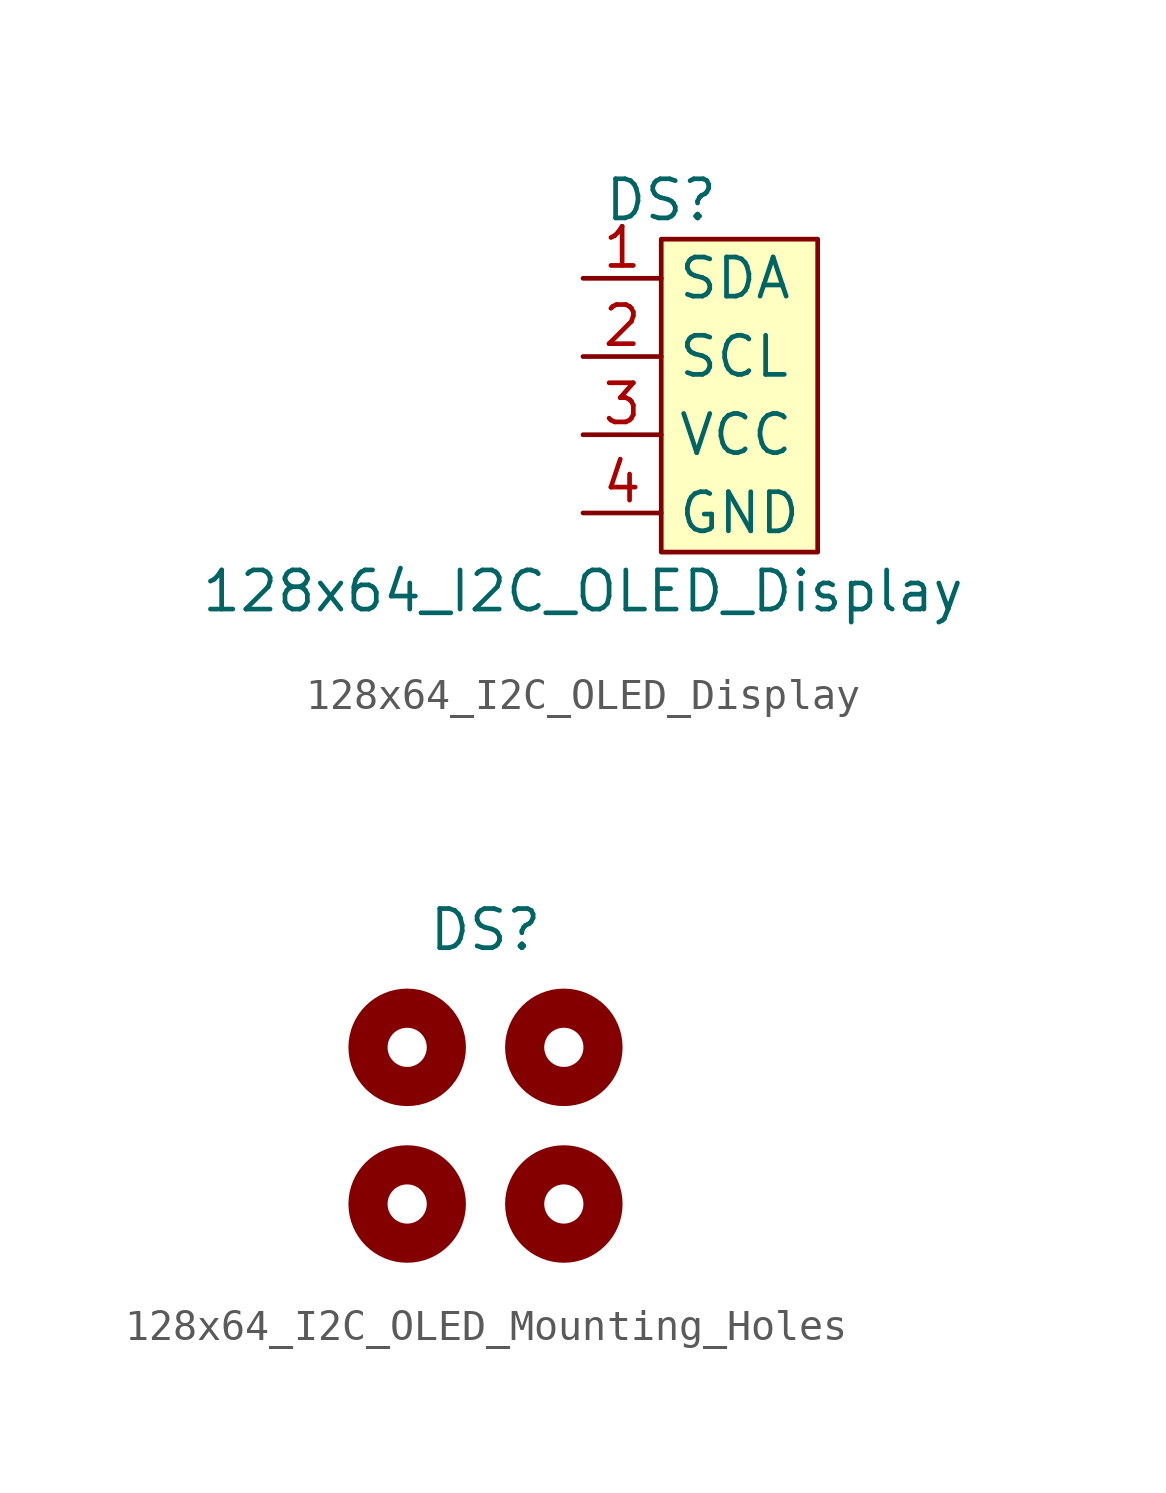
<source format=kicad_sym>
(kicad_symbol_lib
  (version 20211014)
  (generator kicad_symbol_editor)
  (symbol "128x64_I2C_OLED_Display"
    (property "Reference" "DS"
      (at 2.54 2.54 0)
      (effects (font (size 1.27 1.27))))
    (property "Value" "128x64_I2C_OLED_Display"
      (at 0 -10.16 0)
      (effects (font (size 1.27 1.27))))
    (symbol "128x64_I2C_OLED_Display_0_1"
      (rectangle (start 2.54 1.27) (end 7.62 -8.89) (stroke (width 0) (type default) (color 0 0 0 0)) (fill (type background))))
    (symbol "128x64_I2C_OLED_Display_1_1"
      (pin passive line (at 0 0 0) (length 2.54) (name "SDA" (effects (font (size 1.27 1.27)))) (number "1" (effects (font (size 1.27 1.27)))))
      (pin passive line (at 0 -2.54 0) (length 2.54) (name "SCL" (effects (font (size 1.27 1.27)))) (number "2" (effects (font (size 1.27 1.27)))))
      (pin passive line (at 0 -5.08 0) (length 2.54) (name "VCC" (effects (font (size 1.27 1.27)))) (number "3" (effects (font (size 1.27 1.27)))))
      (pin passive line (at 0 -7.62 0) (length 2.54) (name "GND" (effects (font (size 1.27 1.27)))) (number "4" (effects (font (size 1.27 1.27)))))))
  (symbol "128x64_I2C_OLED_Mounting_Holes"
    (property "Reference" "DS"
      (at 0 6.35 0)
      (effects (font (size 1.27 1.27))))
    (symbol "128x64_I2C_OLED_Mounting_Holes_0_1"
      (circle (center -2.54 -2.54) (radius 1.27) (stroke (width 1.27) (type default) (color 0 0 0 0)) (fill (type none)))
      (circle (center -2.54 2.54) (radius 1.27) (stroke (width 1.27) (type default) (color 0 0 0 0)) (fill (type none)))
      (circle (center 2.54 -2.54) (radius 1.27) (stroke (width 1.27) (type default) (color 0 0 0 0)) (fill (type none)))
      (circle (center 2.54 2.54) (radius 1.27) (stroke (width 1.27) (type default) (color 0 0 0 0)) (fill (type none))))))
</source>
